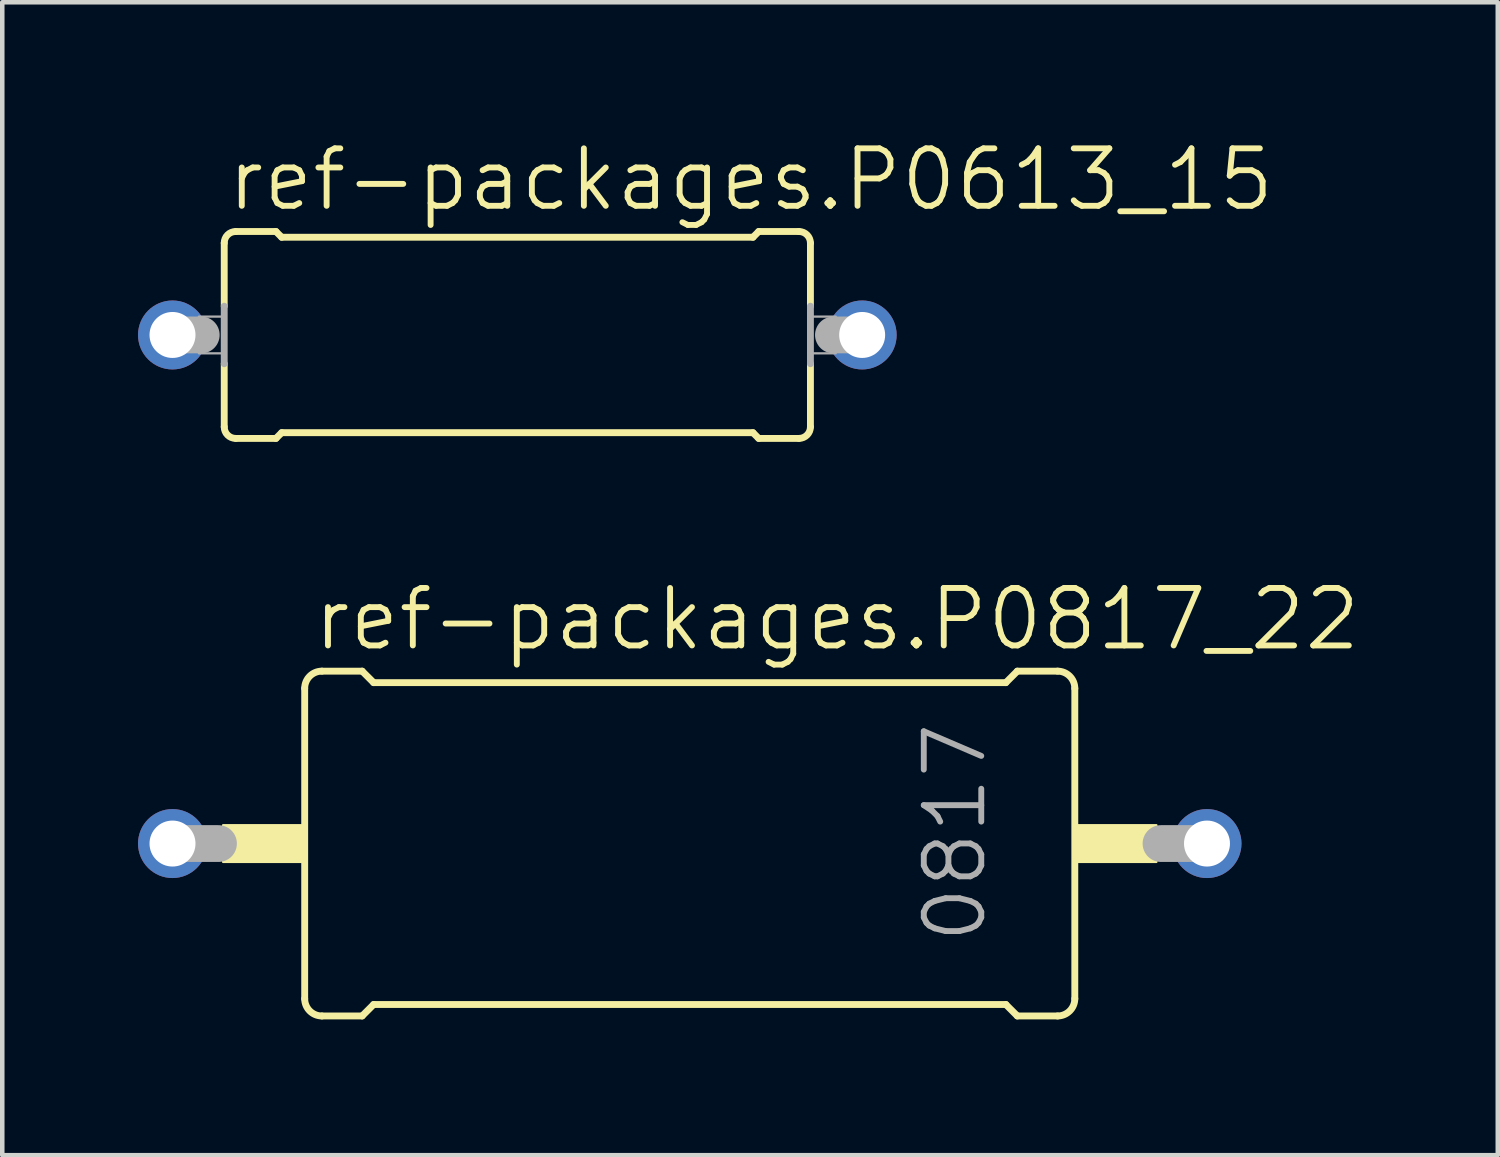
<source format=kicad_pcb>
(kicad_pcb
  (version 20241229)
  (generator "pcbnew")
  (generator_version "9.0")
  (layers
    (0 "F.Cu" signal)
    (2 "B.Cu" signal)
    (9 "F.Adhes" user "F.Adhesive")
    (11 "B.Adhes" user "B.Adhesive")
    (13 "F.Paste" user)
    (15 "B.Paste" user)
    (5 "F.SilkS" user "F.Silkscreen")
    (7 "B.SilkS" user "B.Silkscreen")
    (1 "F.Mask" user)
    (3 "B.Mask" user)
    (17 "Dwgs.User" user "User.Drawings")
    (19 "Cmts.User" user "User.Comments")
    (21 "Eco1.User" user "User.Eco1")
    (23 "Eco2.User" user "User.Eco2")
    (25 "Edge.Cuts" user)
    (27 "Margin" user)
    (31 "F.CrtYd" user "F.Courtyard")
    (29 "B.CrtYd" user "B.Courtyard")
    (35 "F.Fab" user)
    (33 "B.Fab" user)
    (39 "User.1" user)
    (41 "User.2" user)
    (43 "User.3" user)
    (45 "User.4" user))
  (footprint "ref-packages.P0817_22"
    (layer "F.Cu")
    (at 12.192 15.591)
    (property "Reference" "ref-packages.P0817_22" (at -8.382 -4.216 0) (layer "F.SilkS") (effects (font (size 1.27 1.27) (thickness 0.13)) (justify left bottom)))
    (attr through_hole)
    (fp_line (start -8.509 3.429) (end -8.509 -3.429) (stroke (width 0.152) (type default)) (layer "F.SilkS"))
    (fp_line (start -8.128 -3.81) (end -7.239 -3.81) (stroke (width 0.152) (type default)) (layer "F.SilkS"))
    (fp_line (start -8.128 3.81) (end -7.239 3.81) (stroke (width 0.152) (type default)) (layer "F.SilkS"))
    (fp_line (start -6.985 -3.556) (end -7.239 -3.81) (stroke (width 0.152) (type default)) (layer "F.SilkS"))
    (fp_line (start -6.985 3.556) (end -7.239 3.81) (stroke (width 0.152) (type default)) (layer "F.SilkS"))
    (fp_line (start 6.985 -3.556) (end -6.985 -3.556) (stroke (width 0.152) (type default)) (layer "F.SilkS"))
    (fp_line (start 6.985 -3.556) (end 7.239 -3.81) (stroke (width 0.152) (type default)) (layer "F.SilkS"))
    (fp_line (start 6.985 3.556) (end -6.985 3.556) (stroke (width 0.152) (type default)) (layer "F.SilkS"))
    (fp_line (start 6.985 3.556) (end 7.239 3.81) (stroke (width 0.152) (type default)) (layer "F.SilkS"))
    (fp_line (start 8.128 -3.81) (end 7.239 -3.81) (stroke (width 0.152) (type default)) (layer "F.SilkS"))
    (fp_line (start 8.128 3.81) (end 7.239 3.81) (stroke (width 0.152) (type default)) (layer "F.SilkS"))
    (fp_line (start 8.509 3.429) (end 8.509 -3.429) (stroke (width 0.152) (type default)) (layer "F.SilkS"))
    (fp_rect (start -10.312 0.406) (end -8.509 -0.406) (stroke (width 0.05) (type default)) (fill yes) (layer "F.SilkS"))
    (fp_rect (start 8.509 0.406) (end 10.312 -0.406) (stroke (width 0.05) (type default)) (fill yes) (layer "F.SilkS"))
    (fp_arc (start -8.509 -3.429) (mid -8.397408 -3.698408) (end -8.128 -3.81) (stroke (width 0.1524) (type default)) (layer "F.SilkS"))
    (fp_arc (start -8.128 3.81) (mid -8.397408 3.698408) (end -8.509 3.429) (stroke (width 0.1524) (type default)) (layer "F.SilkS"))
    (fp_arc (start 8.128 -3.81) (mid 8.397408 -3.698408) (end 8.509 -3.429) (stroke (width 0.1524) (type default)) (layer "F.SilkS"))
    (fp_arc (start 8.509 3.429) (mid 8.397408 3.698408) (end 8.128 3.81) (stroke (width 0.1524) (type default)) (layer "F.SilkS"))
    (fp_line (start -10.414 0) (end -11.43 0) (stroke (width 0.813) (type default)) (layer "F.Fab"))
    (fp_line (start 11.43 0) (end 10.414 0) (stroke (width 0.813) (type default)) (layer "F.Fab"))
    (fp_text user "0817" (at 6.604 2.261 90) (layer "F.Fab") (effects (font (size 1.27 1.27) (thickness 0.13)) (justify left bottom)))
    (pad "1" thru_hole circle (at -11.43 0) (size 1.524 1.524) (drill 1.016) (layers "*.Cu" "*.Mask"))
    (pad "2" thru_hole circle (at 11.43 0) (size 1.524 1.524) (drill 1.016) (layers "*.Cu" "*.Mask")))
  (footprint "ref-packages.P0613_15"
    (layer "F.Cu")
    (at 8.382 4.352)
    (property "Reference" "ref-packages.P0613_15" (at -6.477 -2.692 0) (layer "F.SilkS") (effects (font (size 1.27 1.27) (thickness 0.13)) (justify left bottom)))
    (attr through_hole)
    (fp_line (start -6.477 -0.635) (end -6.477 -2.032) (stroke (width 0.152) (type default)) (layer "F.SilkS"))
    (fp_line (start -6.477 2.032) (end -6.477 0.635) (stroke (width 0.152) (type default)) (layer "F.SilkS"))
    (fp_line (start -6.223 -2.286) (end -5.334 -2.286) (stroke (width 0.152) (type default)) (layer "F.SilkS"))
    (fp_line (start -6.223 2.286) (end -5.334 2.286) (stroke (width 0.152) (type default)) (layer "F.SilkS"))
    (fp_line (start -5.207 -2.159) (end -5.334 -2.286) (stroke (width 0.152) (type default)) (layer "F.SilkS"))
    (fp_line (start -5.207 2.159) (end -5.334 2.286) (stroke (width 0.152) (type default)) (layer "F.SilkS"))
    (fp_line (start 5.207 -2.159) (end -5.207 -2.159) (stroke (width 0.152) (type default)) (layer "F.SilkS"))
    (fp_line (start 5.207 -2.159) (end 5.334 -2.286) (stroke (width 0.152) (type default)) (layer "F.SilkS"))
    (fp_line (start 5.207 2.159) (end -5.207 2.159) (stroke (width 0.152) (type default)) (layer "F.SilkS"))
    (fp_line (start 5.207 2.159) (end 5.334 2.286) (stroke (width 0.152) (type default)) (layer "F.SilkS"))
    (fp_line (start 6.223 -2.286) (end 5.334 -2.286) (stroke (width 0.152) (type default)) (layer "F.SilkS"))
    (fp_line (start 6.223 2.286) (end 5.334 2.286) (stroke (width 0.152) (type default)) (layer "F.SilkS"))
    (fp_line (start 6.477 -2.032) (end 6.477 -0.635) (stroke (width 0.152) (type default)) (layer "F.SilkS"))
    (fp_line (start 6.477 0.635) (end 6.477 2.032) (stroke (width 0.152) (type default)) (layer "F.SilkS"))
    (fp_arc (start -6.477 -2.032) (mid -6.402605 -2.211605) (end -6.223 -2.286) (stroke (width 0.1524) (type default)) (layer "F.SilkS"))
    (fp_arc (start -6.223 2.286) (mid -6.402605 2.211605) (end -6.477 2.032) (stroke (width 0.1524) (type default)) (layer "F.SilkS"))
    (fp_arc (start 6.223 -2.286) (mid 6.402605 -2.211605) (end 6.477 -2.032) (stroke (width 0.1524) (type default)) (layer "F.SilkS"))
    (fp_arc (start 6.477 2.032) (mid 6.402605 2.211605) (end 6.223 2.286) (stroke (width 0.1524) (type default)) (layer "F.SilkS"))
    (fp_line (start -7.62 0) (end -6.985 0) (stroke (width 0.813) (type default)) (layer "F.Fab"))
    (fp_line (start -6.477 -0.635) (end -6.477 0.635) (stroke (width 0.152) (type default)) (layer "F.Fab"))
    (fp_line (start 6.477 0.635) (end 6.477 -0.635) (stroke (width 0.152) (type default)) (layer "F.Fab"))
    (fp_line (start 7.62 0) (end 6.985 0) (stroke (width 0.813) (type default)) (layer "F.Fab"))
    (fp_rect (start -7.036 0.406) (end -6.477 -0.406) (stroke (width 0.05) (type default)) (fill no) (layer "F.Fab"))
    (fp_rect (start 6.477 0.406) (end 7.036 -0.406) (stroke (width 0.05) (type default)) (fill no) (layer "F.Fab"))
    (pad "1" thru_hole circle (at -7.62 0) (size 1.524 1.524) (drill 1.016) (layers "*.Cu" "*.Mask"))
    (pad "2" thru_hole circle (at 7.62 0) (size 1.524 1.524) (drill 1.016) (layers "*.Cu" "*.Mask")))
  (gr_rect
    (start -3 -3)
    (end 30.048 22.477)
    (stroke (width 0.1) (type default))
    (fill no)
    (layer "Edge.Cuts")))
</source>
